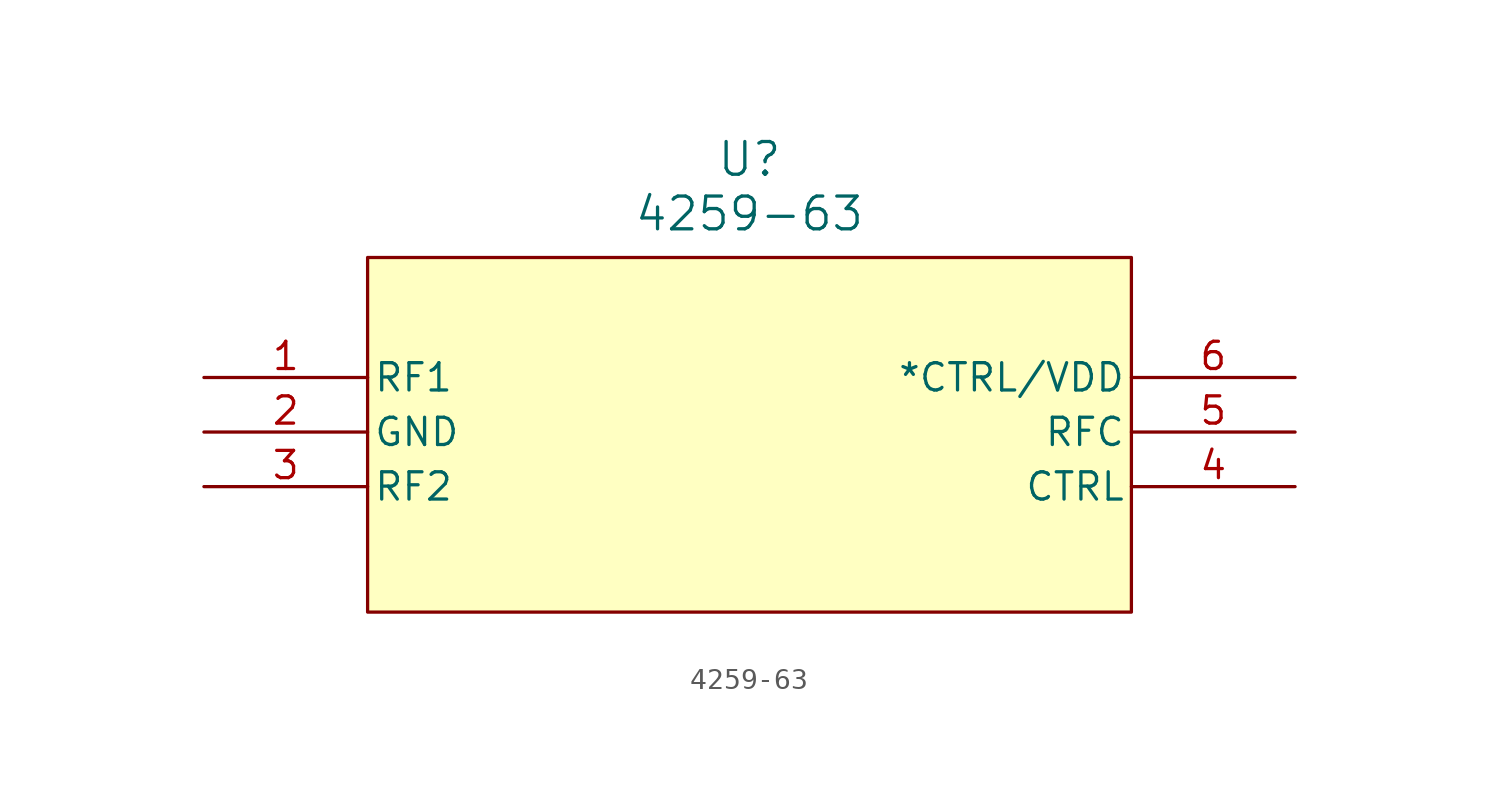
<source format=kicad_sym>
(kicad_symbol_lib
  (version 20231120)
  (generator "kicad_symbol_editor")
  (generator_version "8.0")
  (symbol "4259-63"
    (pin_names
      (offset 0.254))
    (property "Reference" "U"
      (at 25.4 10.16 0)
      (effects (font (size 1.524 1.524))))
    (property "Value" "4259-63"
      (at 25.4 7.62 0)
      (effects (font (size 1.524 1.524))))
    (property "ki_locked" ""
      (at 0 0 0)
      (effects (font (size 1.27 1.27))))
    (symbol "4259-63_0_1"
      (pin bidirectional line (at 0 0 0) (length 7.62) (name "RF1" (effects (font (size 1.27 1.27)))) (number "1" (effects (font (size 1.27 1.27)))))
      (pin power_out line (at 0 -2.54 0) (length 7.62) (name "GND" (effects (font (size 1.27 1.27)))) (number "2" (effects (font (size 1.27 1.27)))))
      (pin bidirectional line (at 0 -5.08 0) (length 7.62) (name "RF2" (effects (font (size 1.27 1.27)))) (number "3" (effects (font (size 1.27 1.27)))))
      (pin unspecified line (at 50.8 -5.08 180) (length 7.62) (name "CTRL" (effects (font (size 1.27 1.27)))) (number "4" (effects (font (size 1.27 1.27)))))
      (pin unspecified line (at 50.8 -2.54 180) (length 7.62) (name "RFC" (effects (font (size 1.27 1.27)))) (number "5" (effects (font (size 1.27 1.27)))))
      (pin power_in line (at 50.8 0 180) (length 7.62) (name "*CTRL/VDD" (effects (font (size 1.27 1.27)))) (number "6" (effects (font (size 1.27 1.27))))))
    (symbol "4259-63_1_1"
      (rectangle (start 7.62 5.588) (end 43.18 -10.922) (stroke (width 0) (type default)) (fill (type background))))))
</source>
